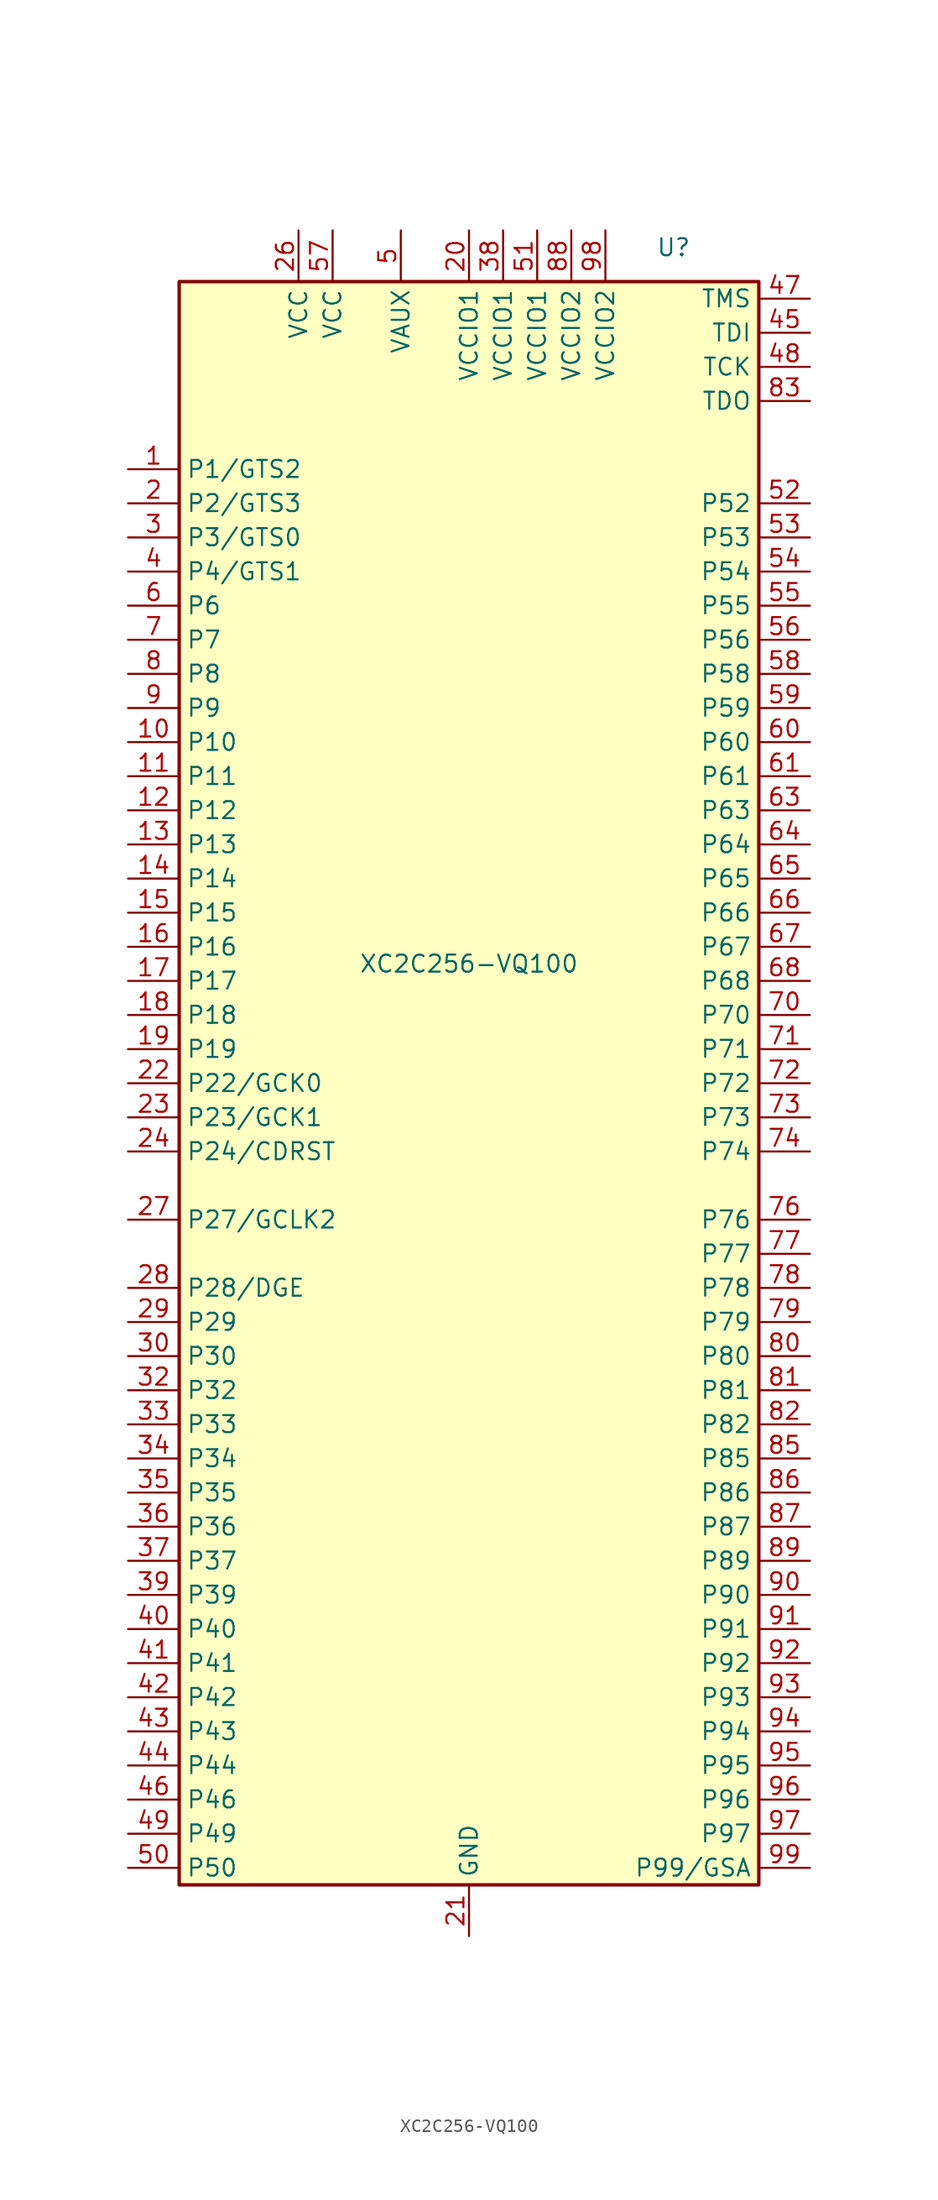
<source format=kicad_sym>
(kicad_symbol_lib
  (version 20241209)
  (generator "kicad_symbol_editor")
  (generator_version "9.0")
  (symbol "XC2C256-VQ100"
    (property "Reference" "U"
      (at 15.24 62.23 0)
      (effects (font (size 1.27 1.27))))
    (property "Value" "XC2C256-VQ100"
      (at 0 8.89 0)
      (effects (font (size 1.27 1.27))))
    (symbol "XC2C256-VQ100_0_1"
      (rectangle (start -21.59 59.69) (end 21.59 -59.69) (stroke (width 0.254) (type default)) (fill (type background))))
    (symbol "XC2C256-VQ100_1_1"
      (pin bidirectional line (at -25.4 45.72 0) (length 3.81) (name "P1/GTS2" (effects (font (size 1.27 1.27)))) (number "1" (effects (font (size 1.27 1.27)))))
      (pin bidirectional line (at -25.4 43.18 0) (length 3.81) (name "P2/GTS3" (effects (font (size 1.27 1.27)))) (number "2" (effects (font (size 1.27 1.27)))))
      (pin bidirectional line (at -25.4 40.64 0) (length 3.81) (name "P3/GTS0" (effects (font (size 1.27 1.27)))) (number "3" (effects (font (size 1.27 1.27)))))
      (pin bidirectional line (at -25.4 38.1 0) (length 3.81) (name "P4/GTS1" (effects (font (size 1.27 1.27)))) (number "4" (effects (font (size 1.27 1.27)))))
      (pin bidirectional line (at -25.4 35.56 0) (length 3.81) (name "P6" (effects (font (size 1.27 1.27)))) (number "6" (effects (font (size 1.27 1.27)))))
      (pin bidirectional line (at -25.4 33.02 0) (length 3.81) (name "P7" (effects (font (size 1.27 1.27)))) (number "7" (effects (font (size 1.27 1.27)))))
      (pin bidirectional line (at -25.4 30.48 0) (length 3.81) (name "P8" (effects (font (size 1.27 1.27)))) (number "8" (effects (font (size 1.27 1.27)))))
      (pin bidirectional line (at -25.4 27.94 0) (length 3.81) (name "P9" (effects (font (size 1.27 1.27)))) (number "9" (effects (font (size 1.27 1.27)))))
      (pin bidirectional line (at -25.4 25.4 0) (length 3.81) (name "P10" (effects (font (size 1.27 1.27)))) (number "10" (effects (font (size 1.27 1.27)))))
      (pin bidirectional line (at -25.4 22.86 0) (length 3.81) (name "P11" (effects (font (size 1.27 1.27)))) (number "11" (effects (font (size 1.27 1.27)))))
      (pin bidirectional line (at -25.4 20.32 0) (length 3.81) (name "P12" (effects (font (size 1.27 1.27)))) (number "12" (effects (font (size 1.27 1.27)))))
      (pin bidirectional line (at -25.4 17.78 0) (length 3.81) (name "P13" (effects (font (size 1.27 1.27)))) (number "13" (effects (font (size 1.27 1.27)))))
      (pin bidirectional line (at -25.4 15.24 0) (length 3.81) (name "P14" (effects (font (size 1.27 1.27)))) (number "14" (effects (font (size 1.27 1.27)))))
      (pin bidirectional line (at -25.4 12.7 0) (length 3.81) (name "P15" (effects (font (size 1.27 1.27)))) (number "15" (effects (font (size 1.27 1.27)))))
      (pin bidirectional line (at -25.4 10.16 0) (length 3.81) (name "P16" (effects (font (size 1.27 1.27)))) (number "16" (effects (font (size 1.27 1.27)))))
      (pin bidirectional line (at -25.4 7.62 0) (length 3.81) (name "P17" (effects (font (size 1.27 1.27)))) (number "17" (effects (font (size 1.27 1.27)))))
      (pin bidirectional line (at -25.4 5.08 0) (length 3.81) (name "P18" (effects (font (size 1.27 1.27)))) (number "18" (effects (font (size 1.27 1.27)))))
      (pin bidirectional line (at -25.4 2.54 0) (length 3.81) (name "P19" (effects (font (size 1.27 1.27)))) (number "19" (effects (font (size 1.27 1.27)))))
      (pin bidirectional line (at -25.4 0 0) (length 3.81) (name "P22/GCK0" (effects (font (size 1.27 1.27)))) (number "22" (effects (font (size 1.27 1.27)))))
      (pin bidirectional line (at -25.4 -2.54 0) (length 3.81) (name "P23/GCK1" (effects (font (size 1.27 1.27)))) (number "23" (effects (font (size 1.27 1.27)))))
      (pin bidirectional line (at -25.4 -5.08 0) (length 3.81) (name "P24/CDRST" (effects (font (size 1.27 1.27)))) (number "24" (effects (font (size 1.27 1.27)))))
      (pin bidirectional line (at -25.4 -10.16 0) (length 3.81) (name "P27/GCLK2" (effects (font (size 1.27 1.27)))) (number "27" (effects (font (size 1.27 1.27)))))
      (pin bidirectional line (at -25.4 -15.24 0) (length 3.81) (name "P28/DGE" (effects (font (size 1.27 1.27)))) (number "28" (effects (font (size 1.27 1.27)))))
      (pin bidirectional line (at -25.4 -17.78 0) (length 3.81) (name "P29" (effects (font (size 1.27 1.27)))) (number "29" (effects (font (size 1.27 1.27)))))
      (pin bidirectional line (at -25.4 -20.32 0) (length 3.81) (name "P30" (effects (font (size 1.27 1.27)))) (number "30" (effects (font (size 1.27 1.27)))))
      (pin bidirectional line (at -25.4 -22.86 0) (length 3.81) (name "P32" (effects (font (size 1.27 1.27)))) (number "32" (effects (font (size 1.27 1.27)))))
      (pin bidirectional line (at -25.4 -25.4 0) (length 3.81) (name "P33" (effects (font (size 1.27 1.27)))) (number "33" (effects (font (size 1.27 1.27)))))
      (pin bidirectional line (at -25.4 -27.94 0) (length 3.81) (name "P34" (effects (font (size 1.27 1.27)))) (number "34" (effects (font (size 1.27 1.27)))))
      (pin bidirectional line (at -25.4 -30.48 0) (length 3.81) (name "P35" (effects (font (size 1.27 1.27)))) (number "35" (effects (font (size 1.27 1.27)))))
      (pin bidirectional line (at -25.4 -33.02 0) (length 3.81) (name "P36" (effects (font (size 1.27 1.27)))) (number "36" (effects (font (size 1.27 1.27)))))
      (pin bidirectional line (at -25.4 -35.56 0) (length 3.81) (name "P37" (effects (font (size 1.27 1.27)))) (number "37" (effects (font (size 1.27 1.27)))))
      (pin bidirectional line (at -25.4 -38.1 0) (length 3.81) (name "P39" (effects (font (size 1.27 1.27)))) (number "39" (effects (font (size 1.27 1.27)))))
      (pin bidirectional line (at -25.4 -40.64 0) (length 3.81) (name "P40" (effects (font (size 1.27 1.27)))) (number "40" (effects (font (size 1.27 1.27)))))
      (pin bidirectional line (at -25.4 -43.18 0) (length 3.81) (name "P41" (effects (font (size 1.27 1.27)))) (number "41" (effects (font (size 1.27 1.27)))))
      (pin bidirectional line (at -25.4 -45.72 0) (length 3.81) (name "P42" (effects (font (size 1.27 1.27)))) (number "42" (effects (font (size 1.27 1.27)))))
      (pin bidirectional line (at -25.4 -48.26 0) (length 3.81) (name "P43" (effects (font (size 1.27 1.27)))) (number "43" (effects (font (size 1.27 1.27)))))
      (pin bidirectional line (at -25.4 -50.8 0) (length 3.81) (name "P44" (effects (font (size 1.27 1.27)))) (number "44" (effects (font (size 1.27 1.27)))))
      (pin bidirectional line (at -25.4 -53.34 0) (length 3.81) (name "P46" (effects (font (size 1.27 1.27)))) (number "46" (effects (font (size 1.27 1.27)))))
      (pin bidirectional line (at -25.4 -55.88 0) (length 3.81) (name "P49" (effects (font (size 1.27 1.27)))) (number "49" (effects (font (size 1.27 1.27)))))
      (pin bidirectional line (at -25.4 -58.42 0) (length 3.81) (name "P50" (effects (font (size 1.27 1.27)))) (number "50" (effects (font (size 1.27 1.27)))))
      (pin power_in line (at -12.7 63.5 270) (length 3.81) (name "VCC" (effects (font (size 1.27 1.27)))) (number "26" (effects (font (size 1.27 1.27)))))
      (pin power_in line (at -10.16 63.5 270) (length 3.81) (name "VCC" (effects (font (size 1.27 1.27)))) (number "57" (effects (font (size 1.27 1.27)))))
      (pin power_in line (at -5.08 63.5 270) (length 3.81) (name "VAUX" (effects (font (size 1.27 1.27)))) (number "5" (effects (font (size 1.27 1.27)))))
      (pin power_in line (at 0 63.5 270) (length 3.81) (name "VCCIO1" (effects (font (size 1.27 1.27)))) (number "20" (effects (font (size 1.27 1.27)))))
      (pin passive line (at 0 -63.5 90) (length 3.81) (hide yes) (name "GND" (effects (font (size 1.27 1.27)))) (number "100" (effects (font (size 1.27 1.27)))))
      (pin power_in line (at 0 -63.5 90) (length 3.81) (name "GND" (effects (font (size 1.27 1.27)))) (number "21" (effects (font (size 1.27 1.27)))))
      (pin passive line (at 0 -63.5 90) (length 3.81) (hide yes) (name "GND" (effects (font (size 1.27 1.27)))) (number "25" (effects (font (size 1.27 1.27)))))
      (pin passive line (at 0 -63.5 90) (length 3.81) (hide yes) (name "GND" (effects (font (size 1.27 1.27)))) (number "31" (effects (font (size 1.27 1.27)))))
      (pin passive line (at 0 -63.5 90) (length 3.81) (hide yes) (name "GND" (effects (font (size 1.27 1.27)))) (number "62" (effects (font (size 1.27 1.27)))))
      (pin passive line (at 0 -63.5 90) (length 3.81) (hide yes) (name "GND" (effects (font (size 1.27 1.27)))) (number "69" (effects (font (size 1.27 1.27)))))
      (pin passive line (at 0 -63.5 90) (length 3.81) (hide yes) (name "GND" (effects (font (size 1.27 1.27)))) (number "75" (effects (font (size 1.27 1.27)))))
      (pin passive line (at 0 -63.5 90) (length 3.81) (hide yes) (name "GND" (effects (font (size 1.27 1.27)))) (number "84" (effects (font (size 1.27 1.27)))))
      (pin power_in line (at 2.54 63.5 270) (length 3.81) (name "VCCIO1" (effects (font (size 1.27 1.27)))) (number "38" (effects (font (size 1.27 1.27)))))
      (pin power_in line (at 5.08 63.5 270) (length 3.81) (name "VCCIO1" (effects (font (size 1.27 1.27)))) (number "51" (effects (font (size 1.27 1.27)))))
      (pin power_in line (at 7.62 63.5 270) (length 3.81) (name "VCCIO2" (effects (font (size 1.27 1.27)))) (number "88" (effects (font (size 1.27 1.27)))))
      (pin power_in line (at 10.16 63.5 270) (length 3.81) (name "VCCIO2" (effects (font (size 1.27 1.27)))) (number "98" (effects (font (size 1.27 1.27)))))
      (pin input line (at 25.4 58.42 180) (length 3.81) (name "TMS" (effects (font (size 1.27 1.27)))) (number "47" (effects (font (size 1.27 1.27)))))
      (pin input line (at 25.4 55.88 180) (length 3.81) (name "TDI" (effects (font (size 1.27 1.27)))) (number "45" (effects (font (size 1.27 1.27)))))
      (pin input line (at 25.4 53.34 180) (length 3.81) (name "TCK" (effects (font (size 1.27 1.27)))) (number "48" (effects (font (size 1.27 1.27)))))
      (pin output line (at 25.4 50.8 180) (length 3.81) (name "TDO" (effects (font (size 1.27 1.27)))) (number "83" (effects (font (size 1.27 1.27)))))
      (pin bidirectional line (at 25.4 43.18 180) (length 3.81) (name "P52" (effects (font (size 1.27 1.27)))) (number "52" (effects (font (size 1.27 1.27)))))
      (pin bidirectional line (at 25.4 40.64 180) (length 3.81) (name "P53" (effects (font (size 1.27 1.27)))) (number "53" (effects (font (size 1.27 1.27)))))
      (pin bidirectional line (at 25.4 38.1 180) (length 3.81) (name "P54" (effects (font (size 1.27 1.27)))) (number "54" (effects (font (size 1.27 1.27)))))
      (pin bidirectional line (at 25.4 35.56 180) (length 3.81) (name "P55" (effects (font (size 1.27 1.27)))) (number "55" (effects (font (size 1.27 1.27)))))
      (pin bidirectional line (at 25.4 33.02 180) (length 3.81) (name "P56" (effects (font (size 1.27 1.27)))) (number "56" (effects (font (size 1.27 1.27)))))
      (pin bidirectional line (at 25.4 30.48 180) (length 3.81) (name "P58" (effects (font (size 1.27 1.27)))) (number "58" (effects (font (size 1.27 1.27)))))
      (pin bidirectional line (at 25.4 27.94 180) (length 3.81) (name "P59" (effects (font (size 1.27 1.27)))) (number "59" (effects (font (size 1.27 1.27)))))
      (pin bidirectional line (at 25.4 25.4 180) (length 3.81) (name "P60" (effects (font (size 1.27 1.27)))) (number "60" (effects (font (size 1.27 1.27)))))
      (pin bidirectional line (at 25.4 22.86 180) (length 3.81) (name "P61" (effects (font (size 1.27 1.27)))) (number "61" (effects (font (size 1.27 1.27)))))
      (pin bidirectional line (at 25.4 20.32 180) (length 3.81) (name "P63" (effects (font (size 1.27 1.27)))) (number "63" (effects (font (size 1.27 1.27)))))
      (pin bidirectional line (at 25.4 17.78 180) (length 3.81) (name "P64" (effects (font (size 1.27 1.27)))) (number "64" (effects (font (size 1.27 1.27)))))
      (pin bidirectional line (at 25.4 15.24 180) (length 3.81) (name "P65" (effects (font (size 1.27 1.27)))) (number "65" (effects (font (size 1.27 1.27)))))
      (pin bidirectional line (at 25.4 12.7 180) (length 3.81) (name "P66" (effects (font (size 1.27 1.27)))) (number "66" (effects (font (size 1.27 1.27)))))
      (pin bidirectional line (at 25.4 10.16 180) (length 3.81) (name "P67" (effects (font (size 1.27 1.27)))) (number "67" (effects (font (size 1.27 1.27)))))
      (pin bidirectional line (at 25.4 7.62 180) (length 3.81) (name "P68" (effects (font (size 1.27 1.27)))) (number "68" (effects (font (size 1.27 1.27)))))
      (pin bidirectional line (at 25.4 5.08 180) (length 3.81) (name "P70" (effects (font (size 1.27 1.27)))) (number "70" (effects (font (size 1.27 1.27)))))
      (pin bidirectional line (at 25.4 2.54 180) (length 3.81) (name "P71" (effects (font (size 1.27 1.27)))) (number "71" (effects (font (size 1.27 1.27)))))
      (pin bidirectional line (at 25.4 0 180) (length 3.81) (name "P72" (effects (font (size 1.27 1.27)))) (number "72" (effects (font (size 1.27 1.27)))))
      (pin bidirectional line (at 25.4 -2.54 180) (length 3.81) (name "P73" (effects (font (size 1.27 1.27)))) (number "73" (effects (font (size 1.27 1.27)))))
      (pin bidirectional line (at 25.4 -5.08 180) (length 3.81) (name "P74" (effects (font (size 1.27 1.27)))) (number "74" (effects (font (size 1.27 1.27)))))
      (pin bidirectional line (at 25.4 -10.16 180) (length 3.81) (name "P76" (effects (font (size 1.27 1.27)))) (number "76" (effects (font (size 1.27 1.27)))))
      (pin bidirectional line (at 25.4 -12.7 180) (length 3.81) (name "P77" (effects (font (size 1.27 1.27)))) (number "77" (effects (font (size 1.27 1.27)))))
      (pin bidirectional line (at 25.4 -15.24 180) (length 3.81) (name "P78" (effects (font (size 1.27 1.27)))) (number "78" (effects (font (size 1.27 1.27)))))
      (pin bidirectional line (at 25.4 -17.78 180) (length 3.81) (name "P79" (effects (font (size 1.27 1.27)))) (number "79" (effects (font (size 1.27 1.27)))))
      (pin bidirectional line (at 25.4 -20.32 180) (length 3.81) (name "P80" (effects (font (size 1.27 1.27)))) (number "80" (effects (font (size 1.27 1.27)))))
      (pin bidirectional line (at 25.4 -22.86 180) (length 3.81) (name "P81" (effects (font (size 1.27 1.27)))) (number "81" (effects (font (size 1.27 1.27)))))
      (pin bidirectional line (at 25.4 -25.4 180) (length 3.81) (name "P82" (effects (font (size 1.27 1.27)))) (number "82" (effects (font (size 1.27 1.27)))))
      (pin bidirectional line (at 25.4 -27.94 180) (length 3.81) (name "P85" (effects (font (size 1.27 1.27)))) (number "85" (effects (font (size 1.27 1.27)))))
      (pin bidirectional line (at 25.4 -30.48 180) (length 3.81) (name "P86" (effects (font (size 1.27 1.27)))) (number "86" (effects (font (size 1.27 1.27)))))
      (pin bidirectional line (at 25.4 -33.02 180) (length 3.81) (name "P87" (effects (font (size 1.27 1.27)))) (number "87" (effects (font (size 1.27 1.27)))))
      (pin bidirectional line (at 25.4 -35.56 180) (length 3.81) (name "P89" (effects (font (size 1.27 1.27)))) (number "89" (effects (font (size 1.27 1.27)))))
      (pin bidirectional line (at 25.4 -38.1 180) (length 3.81) (name "P90" (effects (font (size 1.27 1.27)))) (number "90" (effects (font (size 1.27 1.27)))))
      (pin bidirectional line (at 25.4 -40.64 180) (length 3.81) (name "P91" (effects (font (size 1.27 1.27)))) (number "91" (effects (font (size 1.27 1.27)))))
      (pin bidirectional line (at 25.4 -43.18 180) (length 3.81) (name "P92" (effects (font (size 1.27 1.27)))) (number "92" (effects (font (size 1.27 1.27)))))
      (pin bidirectional line (at 25.4 -45.72 180) (length 3.81) (name "P93" (effects (font (size 1.27 1.27)))) (number "93" (effects (font (size 1.27 1.27)))))
      (pin bidirectional line (at 25.4 -48.26 180) (length 3.81) (name "P94" (effects (font (size 1.27 1.27)))) (number "94" (effects (font (size 1.27 1.27)))))
      (pin bidirectional line (at 25.4 -50.8 180) (length 3.81) (name "P95" (effects (font (size 1.27 1.27)))) (number "95" (effects (font (size 1.27 1.27)))))
      (pin bidirectional line (at 25.4 -53.34 180) (length 3.81) (name "P96" (effects (font (size 1.27 1.27)))) (number "96" (effects (font (size 1.27 1.27)))))
      (pin bidirectional line (at 25.4 -55.88 180) (length 3.81) (name "P97" (effects (font (size 1.27 1.27)))) (number "97" (effects (font (size 1.27 1.27)))))
      (pin bidirectional line (at 25.4 -58.42 180) (length 3.81) (name "P99/GSA" (effects (font (size 1.27 1.27)))) (number "99" (effects (font (size 1.27 1.27))))))))
</source>
